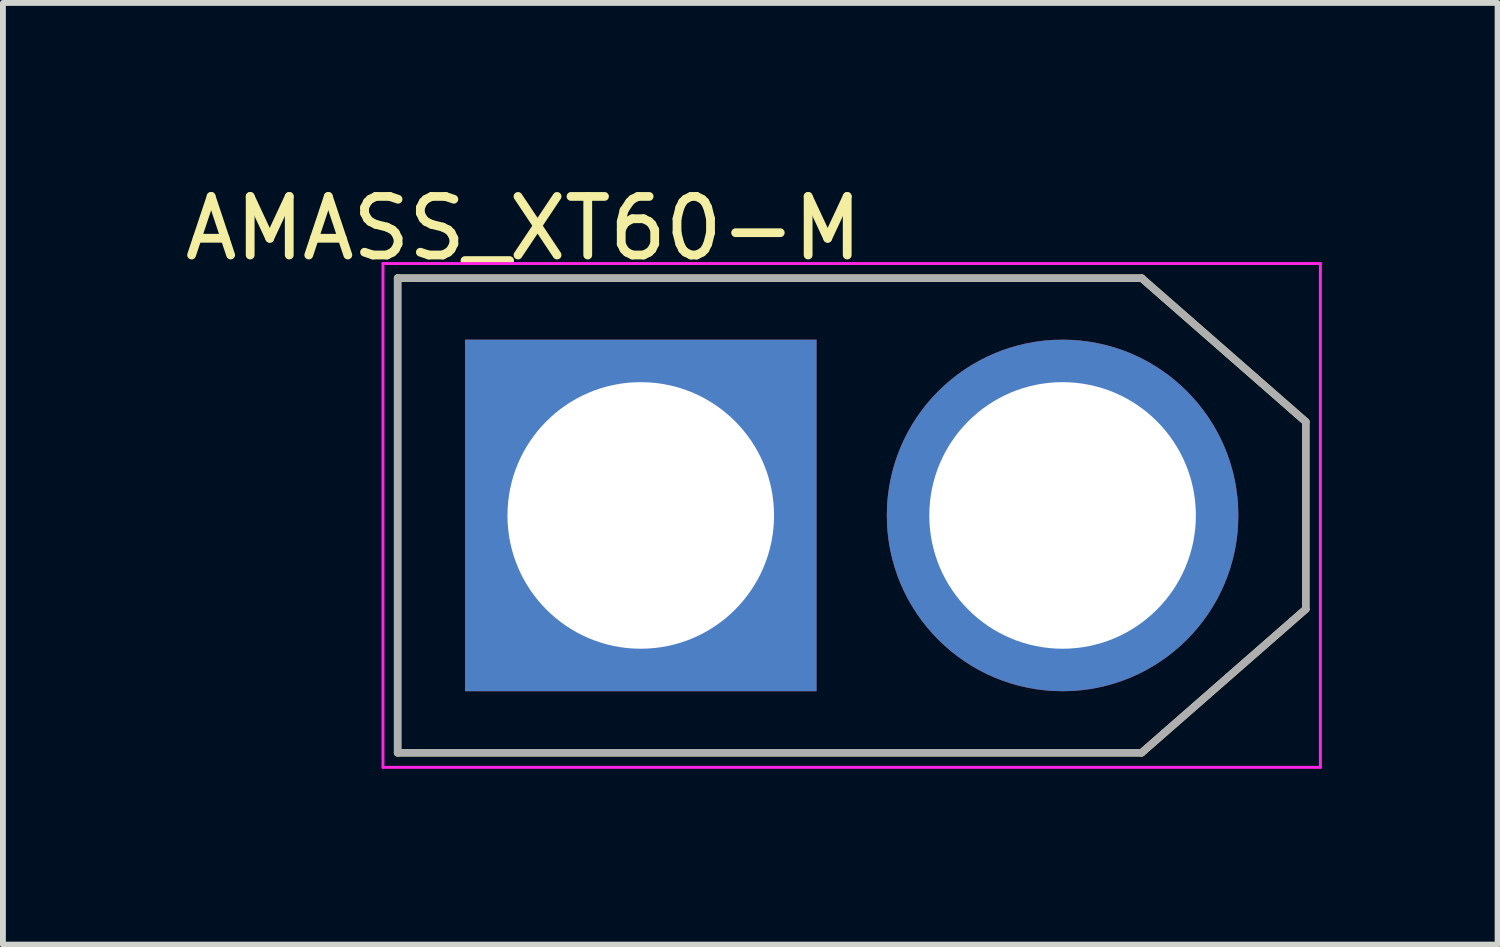
<source format=kicad_pcb>
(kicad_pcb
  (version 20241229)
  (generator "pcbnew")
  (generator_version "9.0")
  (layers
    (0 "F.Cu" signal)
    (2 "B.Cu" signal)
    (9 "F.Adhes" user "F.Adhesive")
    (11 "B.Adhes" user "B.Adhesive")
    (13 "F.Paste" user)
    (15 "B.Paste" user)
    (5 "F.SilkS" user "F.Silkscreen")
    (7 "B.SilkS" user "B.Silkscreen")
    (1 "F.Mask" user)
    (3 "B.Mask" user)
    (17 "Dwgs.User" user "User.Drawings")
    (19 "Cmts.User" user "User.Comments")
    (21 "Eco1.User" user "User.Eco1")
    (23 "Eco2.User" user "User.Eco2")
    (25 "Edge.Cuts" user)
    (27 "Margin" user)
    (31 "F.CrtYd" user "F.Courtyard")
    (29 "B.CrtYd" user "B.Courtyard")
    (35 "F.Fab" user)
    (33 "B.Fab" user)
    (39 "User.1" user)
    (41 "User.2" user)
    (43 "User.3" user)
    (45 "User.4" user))
  (footprint "AMASS_XT60-M"
    (layer "F.Cu")
    (at 11.487 5.748)
    (property "Reference" "AMASS_XT60-M" (at -5.6 -4.9 0) (layer "F.SilkS") (effects (font (size 1 1) (thickness 0.15))))
    (attr through_hole)
    (fp_line (start -7.75 -4.05) (end 4.95 -4.05) (stroke (width 0.127) (type solid)) (layer "F.SilkS"))
    (fp_line (start -7.75 4.05) (end -7.75 -4.05) (stroke (width 0.127) (type solid)) (layer "F.SilkS"))
    (fp_line (start 4.95 -4.05) (end 7.75 -1.6) (stroke (width 0.127) (type solid)) (layer "F.SilkS"))
    (fp_line (start 4.95 4.05) (end -7.75 4.05) (stroke (width 0.127) (type solid)) (layer "F.SilkS"))
    (fp_line (start 7.75 -1.6) (end 7.75 1.6) (stroke (width 0.127) (type solid)) (layer "F.SilkS"))
    (fp_line (start 7.75 1.6) (end 4.95 4.05) (stroke (width 0.127) (type solid)) (layer "F.SilkS"))
    (fp_line (start -8 -4.3) (end -8 4.3) (stroke (width 0.05) (type solid)) (layer "F.CrtYd"))
    (fp_line (start -8 4.3) (end 8 4.3) (stroke (width 0.05) (type solid)) (layer "F.CrtYd"))
    (fp_line (start 8 -4.3) (end -8 -4.3) (stroke (width 0.05) (type solid)) (layer "F.CrtYd"))
    (fp_line (start 8 4.3) (end 8 -4.3) (stroke (width 0.05) (type solid)) (layer "F.CrtYd"))
    (fp_line (start -7.75 -4.05) (end 4.95 -4.05) (stroke (width 0.127) (type solid)) (layer "F.Fab"))
    (fp_line (start -7.75 4.05) (end -7.75 -4.05) (stroke (width 0.127) (type solid)) (layer "F.Fab"))
    (fp_line (start 4.95 -4.05) (end 7.75 -1.6) (stroke (width 0.127) (type solid)) (layer "F.Fab"))
    (fp_line (start 4.95 4.05) (end -7.75 4.05) (stroke (width 0.127) (type solid)) (layer "F.Fab"))
    (fp_line (start 7.75 -1.6) (end 7.75 1.6) (stroke (width 0.127) (type solid)) (layer "F.Fab"))
    (fp_line (start 7.75 1.6) (end 4.95 4.05) (stroke (width 0.127) (type solid)) (layer "F.Fab"))
    (pad "1" thru_hole circle (at 3.6 0) (size 6 6) (drill 4.55) (layers "*.Cu" "*.Mask"))
    (pad "2" thru_hole rect (at -3.6 0) (size 6 6) (drill 4.55) (layers "*.Cu" "*.Mask")))
  (gr_rect
    (start -3 -3)
    (end 22.512 13.073)
    (stroke (width 0.1) (type default))
    (fill no)
    (layer "Edge.Cuts")))
</source>
